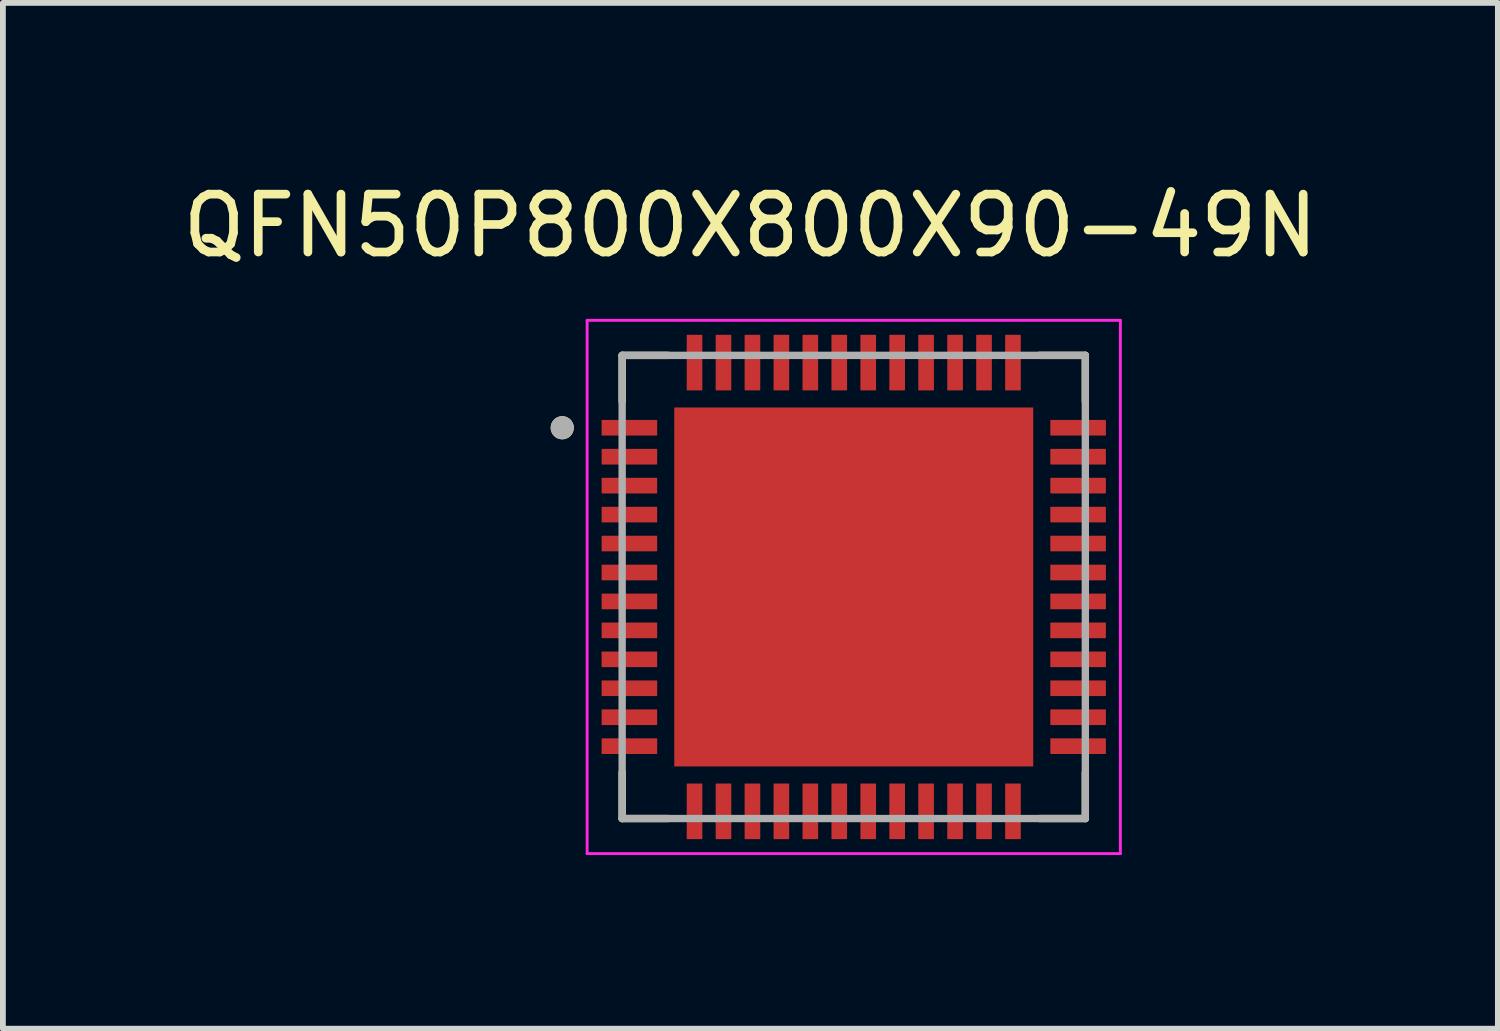
<source format=kicad_pcb>
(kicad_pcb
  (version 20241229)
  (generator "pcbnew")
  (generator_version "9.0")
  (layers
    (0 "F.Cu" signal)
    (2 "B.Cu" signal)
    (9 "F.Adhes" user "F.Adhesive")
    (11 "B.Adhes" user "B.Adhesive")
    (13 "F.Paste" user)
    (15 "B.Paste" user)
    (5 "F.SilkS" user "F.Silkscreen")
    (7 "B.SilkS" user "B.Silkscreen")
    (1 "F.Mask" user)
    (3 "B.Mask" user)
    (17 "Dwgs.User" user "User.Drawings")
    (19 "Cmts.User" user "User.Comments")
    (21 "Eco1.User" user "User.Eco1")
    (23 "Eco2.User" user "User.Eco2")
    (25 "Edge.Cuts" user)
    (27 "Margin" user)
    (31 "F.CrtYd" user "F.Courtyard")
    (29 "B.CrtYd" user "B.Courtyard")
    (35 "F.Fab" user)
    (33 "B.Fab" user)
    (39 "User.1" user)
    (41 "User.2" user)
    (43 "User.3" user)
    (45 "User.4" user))
  (footprint "QFN50P800X800X90-49N"
    (layer "F.Cu")
    (at 11.696 7.088)
    (property "Reference" "QFN50P800X800X90-49N" (at -1.785 -6.24 0) (layer "F.SilkS") (effects (font (size 1 1) (thickness 0.15))))
    (attr through_hole)
    (fp_line (start -4 -4) (end -4 -3.205) (stroke (width 0.127) (type solid)) (layer "F.SilkS"))
    (fp_line (start -4 -4) (end -3.205 -4) (stroke (width 0.127) (type solid)) (layer "F.SilkS"))
    (fp_line (start -4 4) (end -4 3.205) (stroke (width 0.127) (type solid)) (layer "F.SilkS"))
    (fp_line (start -4 4) (end -3.205 4) (stroke (width 0.127) (type solid)) (layer "F.SilkS"))
    (fp_line (start 4 -4) (end 3.205 -4) (stroke (width 0.127) (type solid)) (layer "F.SilkS"))
    (fp_line (start 4 -4) (end 4 -3.205) (stroke (width 0.127) (type solid)) (layer "F.SilkS"))
    (fp_line (start 4 4) (end 3.205 4) (stroke (width 0.127) (type solid)) (layer "F.SilkS"))
    (fp_line (start 4 4) (end 4 3.205) (stroke (width 0.127) (type solid)) (layer "F.SilkS"))
    (fp_circle (center -5.035 -2.75) (end -4.935 -2.75) (stroke (width 0.2) (type solid)) (fill no) (layer "F.SilkS"))
    (fp_poly (pts (xy -2.725 -2.725) (xy -1.415 -2.725) (xy -1.415 -1.415) (xy -2.725 -1.415)) (stroke (width 0.01) (type solid)) (fill yes) (layer "F.Paste"))
    (fp_poly (pts (xy -2.725 -0.655) (xy -1.415 -0.655) (xy -1.415 0.655) (xy -2.725 0.655)) (stroke (width 0.01) (type solid)) (fill yes) (layer "F.Paste"))
    (fp_poly (pts (xy -2.725 1.415) (xy -1.415 1.415) (xy -1.415 2.725) (xy -2.725 2.725)) (stroke (width 0.01) (type solid)) (fill yes) (layer "F.Paste"))
    (fp_poly (pts (xy -0.655 -2.725) (xy 0.655 -2.725) (xy 0.655 -1.415) (xy -0.655 -1.415)) (stroke (width 0.01) (type solid)) (fill yes) (layer "F.Paste"))
    (fp_poly (pts (xy -0.655 -0.655) (xy 0.655 -0.655) (xy 0.655 0.655) (xy -0.655 0.655)) (stroke (width 0.01) (type solid)) (fill yes) (layer "F.Paste"))
    (fp_poly (pts (xy -0.655 1.415) (xy 0.655 1.415) (xy 0.655 2.725) (xy -0.655 2.725)) (stroke (width 0.01) (type solid)) (fill yes) (layer "F.Paste"))
    (fp_poly (pts (xy 1.415 -2.725) (xy 2.725 -2.725) (xy 2.725 -1.415) (xy 1.415 -1.415)) (stroke (width 0.01) (type solid)) (fill yes) (layer "F.Paste"))
    (fp_poly (pts (xy 1.415 -0.655) (xy 2.725 -0.655) (xy 2.725 0.655) (xy 1.415 0.655)) (stroke (width 0.01) (type solid)) (fill yes) (layer "F.Paste"))
    (fp_poly (pts (xy 1.415 1.415) (xy 2.725 1.415) (xy 2.725 2.725) (xy 1.415 2.725)) (stroke (width 0.01) (type solid)) (fill yes) (layer "F.Paste"))
    (fp_line (start -4.605 -4.605) (end 4.605 -4.605) (stroke (width 0.05) (type solid)) (layer "F.CrtYd"))
    (fp_line (start -4.605 4.605) (end -4.605 -4.605) (stroke (width 0.05) (type solid)) (layer "F.CrtYd"))
    (fp_line (start -4.605 4.605) (end 4.605 4.605) (stroke (width 0.05) (type solid)) (layer "F.CrtYd"))
    (fp_line (start 4.605 4.605) (end 4.605 -4.605) (stroke (width 0.05) (type solid)) (layer "F.CrtYd"))
    (fp_line (start -4 4) (end -4 -4) (stroke (width 0.127) (type solid)) (layer "F.Fab"))
    (fp_line (start 4 -4) (end -4 -4) (stroke (width 0.127) (type solid)) (layer "F.Fab"))
    (fp_line (start 4 4) (end -4 4) (stroke (width 0.127) (type solid)) (layer "F.Fab"))
    (fp_line (start 4 4) (end 4 -4) (stroke (width 0.127) (type solid)) (layer "F.Fab"))
    (fp_circle (center -5.035 -2.75) (end -4.935 -2.75) (stroke (width 0.2) (type solid)) (fill no) (layer "F.Fab"))
    (pad "1" smd roundrect (at -3.875 -2.75) (size 0.96 0.27) (layers "F.Cu" "F.Mask" "F.Paste") (roundrect_rratio 0.03))
    (pad "2" smd roundrect (at -3.875 -2.25) (size 0.96 0.27) (layers "F.Cu" "F.Mask" "F.Paste") (roundrect_rratio 0.03))
    (pad "3" smd roundrect (at -3.875 -1.75) (size 0.96 0.27) (layers "F.Cu" "F.Mask" "F.Paste") (roundrect_rratio 0.03))
    (pad "4" smd roundrect (at -3.875 -1.25) (size 0.96 0.27) (layers "F.Cu" "F.Mask" "F.Paste") (roundrect_rratio 0.03))
    (pad "5" smd roundrect (at -3.875 -0.75) (size 0.96 0.27) (layers "F.Cu" "F.Mask" "F.Paste") (roundrect_rratio 0.03))
    (pad "6" smd roundrect (at -3.875 -0.25) (size 0.96 0.27) (layers "F.Cu" "F.Mask" "F.Paste") (roundrect_rratio 0.03))
    (pad "7" smd roundrect (at -3.875 0.25) (size 0.96 0.27) (layers "F.Cu" "F.Mask" "F.Paste") (roundrect_rratio 0.03))
    (pad "8" smd roundrect (at -3.875 0.75) (size 0.96 0.27) (layers "F.Cu" "F.Mask" "F.Paste") (roundrect_rratio 0.03))
    (pad "9" smd roundrect (at -3.875 1.25) (size 0.96 0.27) (layers "F.Cu" "F.Mask" "F.Paste") (roundrect_rratio 0.03))
    (pad "10" smd roundrect (at -3.875 1.75) (size 0.96 0.27) (layers "F.Cu" "F.Mask" "F.Paste") (roundrect_rratio 0.03))
    (pad "11" smd roundrect (at -3.875 2.25) (size 0.96 0.27) (layers "F.Cu" "F.Mask" "F.Paste") (roundrect_rratio 0.03))
    (pad "12" smd roundrect (at -3.875 2.75) (size 0.96 0.27) (layers "F.Cu" "F.Mask" "F.Paste") (roundrect_rratio 0.03))
    (pad "13" smd roundrect (at -2.75 3.875 90) (size 0.96 0.27) (layers "F.Cu" "F.Mask" "F.Paste") (roundrect_rratio 0.03))
    (pad "14" smd roundrect (at -2.25 3.875 90) (size 0.96 0.27) (layers "F.Cu" "F.Mask" "F.Paste") (roundrect_rratio 0.03))
    (pad "15" smd roundrect (at -1.75 3.875 90) (size 0.96 0.27) (layers "F.Cu" "F.Mask" "F.Paste") (roundrect_rratio 0.03))
    (pad "16" smd roundrect (at -1.25 3.875 90) (size 0.96 0.27) (layers "F.Cu" "F.Mask" "F.Paste") (roundrect_rratio 0.03))
    (pad "17" smd roundrect (at -0.75 3.875 90) (size 0.96 0.27) (layers "F.Cu" "F.Mask" "F.Paste") (roundrect_rratio 0.03))
    (pad "18" smd roundrect (at -0.25 3.875 90) (size 0.96 0.27) (layers "F.Cu" "F.Mask" "F.Paste") (roundrect_rratio 0.03))
    (pad "19" smd roundrect (at 0.25 3.875 90) (size 0.96 0.27) (layers "F.Cu" "F.Mask" "F.Paste") (roundrect_rratio 0.03))
    (pad "20" smd roundrect (at 0.75 3.875 90) (size 0.96 0.27) (layers "F.Cu" "F.Mask" "F.Paste") (roundrect_rratio 0.03))
    (pad "21" smd roundrect (at 1.25 3.875 90) (size 0.96 0.27) (layers "F.Cu" "F.Mask" "F.Paste") (roundrect_rratio 0.03))
    (pad "22" smd roundrect (at 1.75 3.875 90) (size 0.96 0.27) (layers "F.Cu" "F.Mask" "F.Paste") (roundrect_rratio 0.03))
    (pad "23" smd roundrect (at 2.25 3.875 90) (size 0.96 0.27) (layers "F.Cu" "F.Mask" "F.Paste") (roundrect_rratio 0.03))
    (pad "24" smd roundrect (at 2.75 3.875 90) (size 0.96 0.27) (layers "F.Cu" "F.Mask" "F.Paste") (roundrect_rratio 0.03))
    (pad "25" smd roundrect (at 3.875 2.75) (size 0.96 0.27) (layers "F.Cu" "F.Mask" "F.Paste") (roundrect_rratio 0.03))
    (pad "26" smd roundrect (at 3.875 2.25) (size 0.96 0.27) (layers "F.Cu" "F.Mask" "F.Paste") (roundrect_rratio 0.03))
    (pad "27" smd roundrect (at 3.875 1.75) (size 0.96 0.27) (layers "F.Cu" "F.Mask" "F.Paste") (roundrect_rratio 0.03))
    (pad "28" smd roundrect (at 3.875 1.25) (size 0.96 0.27) (layers "F.Cu" "F.Mask" "F.Paste") (roundrect_rratio 0.03))
    (pad "29" smd roundrect (at 3.875 0.75) (size 0.96 0.27) (layers "F.Cu" "F.Mask" "F.Paste") (roundrect_rratio 0.03))
    (pad "30" smd roundrect (at 3.875 0.25) (size 0.96 0.27) (layers "F.Cu" "F.Mask" "F.Paste") (roundrect_rratio 0.03))
    (pad "31" smd roundrect (at 3.875 -0.25) (size 0.96 0.27) (layers "F.Cu" "F.Mask" "F.Paste") (roundrect_rratio 0.03))
    (pad "32" smd roundrect (at 3.875 -0.75) (size 0.96 0.27) (layers "F.Cu" "F.Mask" "F.Paste") (roundrect_rratio 0.03))
    (pad "33" smd roundrect (at 3.875 -1.25) (size 0.96 0.27) (layers "F.Cu" "F.Mask" "F.Paste") (roundrect_rratio 0.03))
    (pad "34" smd roundrect (at 3.875 -1.75) (size 0.96 0.27) (layers "F.Cu" "F.Mask" "F.Paste") (roundrect_rratio 0.03))
    (pad "35" smd roundrect (at 3.875 -2.25) (size 0.96 0.27) (layers "F.Cu" "F.Mask" "F.Paste") (roundrect_rratio 0.03))
    (pad "36" smd roundrect (at 3.875 -2.75) (size 0.96 0.27) (layers "F.Cu" "F.Mask" "F.Paste") (roundrect_rratio 0.03))
    (pad "37" smd roundrect (at 2.75 -3.875 90) (size 0.96 0.27) (layers "F.Cu" "F.Mask" "F.Paste") (roundrect_rratio 0.03))
    (pad "38" smd roundrect (at 2.25 -3.875 90) (size 0.96 0.27) (layers "F.Cu" "F.Mask" "F.Paste") (roundrect_rratio 0.03))
    (pad "39" smd roundrect (at 1.75 -3.875 90) (size 0.96 0.27) (layers "F.Cu" "F.Mask" "F.Paste") (roundrect_rratio 0.03))
    (pad "40" smd roundrect (at 1.25 -3.875 90) (size 0.96 0.27) (layers "F.Cu" "F.Mask" "F.Paste") (roundrect_rratio 0.03))
    (pad "41" smd roundrect (at 0.75 -3.875 90) (size 0.96 0.27) (layers "F.Cu" "F.Mask" "F.Paste") (roundrect_rratio 0.03))
    (pad "42" smd roundrect (at 0.25 -3.875 90) (size 0.96 0.27) (layers "F.Cu" "F.Mask" "F.Paste") (roundrect_rratio 0.03))
    (pad "43" smd roundrect (at -0.25 -3.875 90) (size 0.96 0.27) (layers "F.Cu" "F.Mask" "F.Paste") (roundrect_rratio 0.03))
    (pad "44" smd roundrect (at -0.75 -3.875 90) (size 0.96 0.27) (layers "F.Cu" "F.Mask" "F.Paste") (roundrect_rratio 0.03))
    (pad "45" smd roundrect (at -1.25 -3.875 90) (size 0.96 0.27) (layers "F.Cu" "F.Mask" "F.Paste") (roundrect_rratio 0.03))
    (pad "46" smd roundrect (at -1.75 -3.875 90) (size 0.96 0.27) (layers "F.Cu" "F.Mask" "F.Paste") (roundrect_rratio 0.03))
    (pad "47" smd roundrect (at -2.25 -3.875 90) (size 0.96 0.27) (layers "F.Cu" "F.Mask" "F.Paste") (roundrect_rratio 0.03))
    (pad "48" smd roundrect (at -2.75 -3.875 90) (size 0.96 0.27) (layers "F.Cu" "F.Mask" "F.Paste") (roundrect_rratio 0.03))
    (pad "49" smd rect (at 0 0) (size 6.2 6.2) (layers "F.Cu" "F.Mask")))
  (gr_rect
    (start -3 -3)
    (end 22.821 14.718)
    (stroke (width 0.1) (type default))
    (fill no)
    (layer "Edge.Cuts")))
</source>
